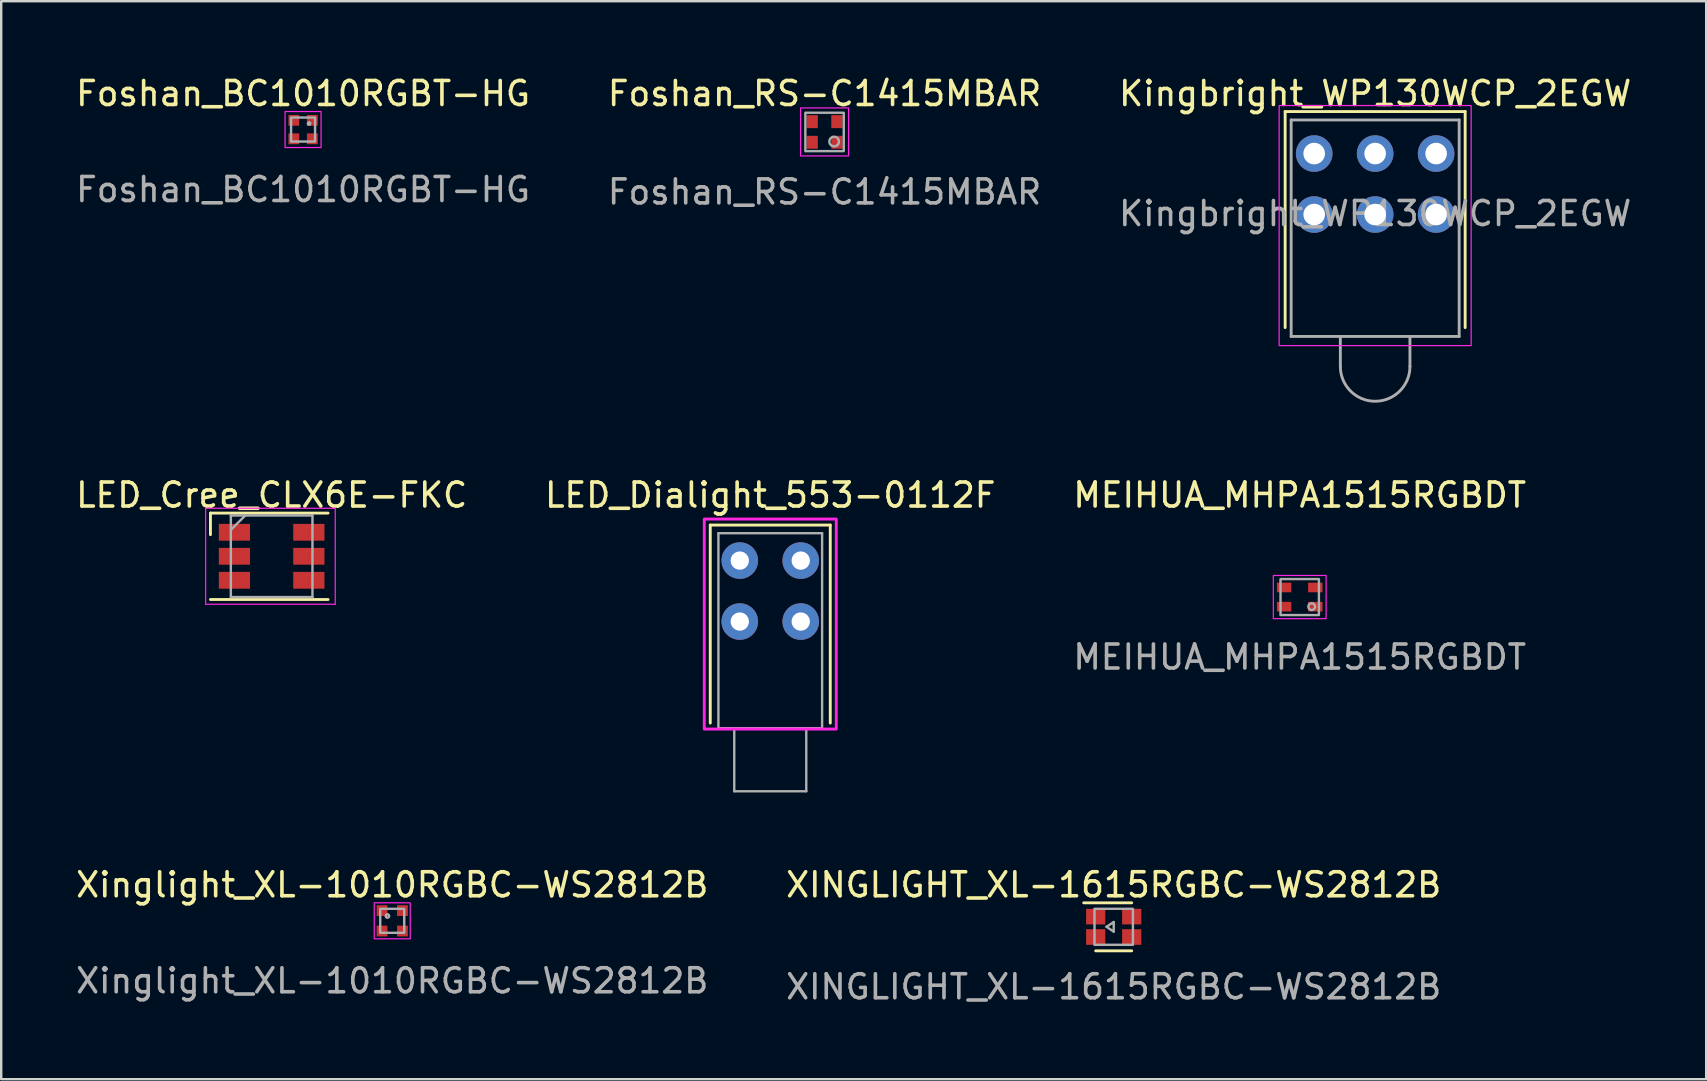
<source format=kicad_pcb>
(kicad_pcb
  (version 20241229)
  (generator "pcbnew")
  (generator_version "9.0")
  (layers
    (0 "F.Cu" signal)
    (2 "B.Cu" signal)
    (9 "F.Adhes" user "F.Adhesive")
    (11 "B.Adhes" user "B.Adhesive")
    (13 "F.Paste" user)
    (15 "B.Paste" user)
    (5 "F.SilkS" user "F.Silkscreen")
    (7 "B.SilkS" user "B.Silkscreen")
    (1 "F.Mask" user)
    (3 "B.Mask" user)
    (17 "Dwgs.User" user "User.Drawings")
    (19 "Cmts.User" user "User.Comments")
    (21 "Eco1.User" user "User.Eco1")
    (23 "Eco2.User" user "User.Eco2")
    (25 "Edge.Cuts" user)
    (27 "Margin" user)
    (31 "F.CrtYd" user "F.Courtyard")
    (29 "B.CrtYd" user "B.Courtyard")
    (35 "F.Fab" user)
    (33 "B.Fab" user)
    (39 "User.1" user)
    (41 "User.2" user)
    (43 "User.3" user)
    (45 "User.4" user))
  (footprint "LED_Dialight_553-0112F"
    (layer "F.Cu")
    (at 29.042 21.576)
    (property "Reference" "LED_Dialight_553-0112F" (at 0 -4 0) (unlocked yes) (layer "F.SilkS") (effects (font (size 1 1) (thickness 0.15))))
    (fp_line (start -2.5 -2.75) (end 2.5 -2.75) (stroke (width 0.12) (type solid)) (layer "F.SilkS"))
    (fp_line (start -2.5 5.5) (end -2.5 -2.75) (stroke (width 0.12) (type solid)) (layer "F.SilkS"))
    (fp_line (start 2.5 -2.75) (end 2.5 5.5) (stroke (width 0.12) (type solid)) (layer "F.SilkS"))
    (fp_rect (start -2.75 -3) (end 2.75 5.75) (stroke (width 0.12) (type solid)) (fill no) (layer "F.CrtYd"))
    (fp_line (start -2.16 -2.41) (end 2.16 -2.41) (stroke (width 0.1) (type solid)) (layer "F.Fab"))
    (fp_line (start -2.16 5.72) (end -2.16 -2.41) (stroke (width 0.1) (type solid)) (layer "F.Fab"))
    (fp_line (start -1.5 8.34) (end -1.5 5.72) (stroke (width 0.1) (type solid)) (layer "F.Fab"))
    (fp_line (start -1.5 8.34) (end 1.5 8.34) (stroke (width 0.1) (type solid)) (layer "F.Fab"))
    (fp_line (start 1.5 8.34) (end 1.5 5.72) (stroke (width 0.1) (type solid)) (layer "F.Fab"))
    (fp_line (start 2.16 -2.41) (end 2.16 5.72) (stroke (width 0.1) (type solid)) (layer "F.Fab"))
    (fp_line (start 2.16 5.72) (end -2.16 5.72) (stroke (width 0.1) (type solid)) (layer "F.Fab"))
    (fp_line (start 2.16 5.72) (end -2.16 5.72) (stroke (width 0.1) (type solid)) (layer "F.Fab"))
    (pad "1" thru_hole circle (at 1.27 1.27) (size 1.524 1.524) (drill 0.762) (layers "*.Cu" "*.Mask"))
    (pad "2" thru_hole circle (at -1.27 1.27) (size 1.524 1.524) (drill 0.762) (layers "*.Cu" "*.Mask"))
    (pad "3" thru_hole circle (at 1.27 -1.27) (size 1.524 1.524) (drill 0.762) (layers "*.Cu" "*.Mask"))
    (pad "4" thru_hole circle (at -1.27 -1.27) (size 1.524 1.524) (drill 0.762) (layers "*.Cu" "*.Mask")))
  (footprint "Foshan_RS-C1415MBAR"
    (layer "F.Cu")
    (at 31.304 2.448)
    (property "Reference" "Foshan_RS-C1415MBAR" (at 0 -1.6 0) (unlocked yes) (layer "F.SilkS") (effects (font (size 1 1) (thickness 0.15))))
    (attr smd)
    (fp_rect (start -1 -1) (end 1 1) (stroke (width 0.05) (type default)) (fill no) (layer "F.CrtYd"))
    (fp_rect (start -0.8 -0.8) (end 0.8 0.8) (stroke (width 0.1) (type default)) (fill no) (layer "F.Fab"))
    (fp_circle (center 0.4 0.4) (end 0.6 0.4) (stroke (width 0.1) (type default)) (fill no) (layer "F.Fab"))
    (fp_text user "${REFERENCE}" (at 0 2.5 0) (unlocked yes) (layer "F.Fab") (effects (font (size 1 1) (thickness 0.15))))
    (pad "1" smd rect (at 0.515 0.43) (size 0.47 0.54) (layers "F.Cu" "F.Mask" "F.Paste"))
    (pad "2" smd rect (at -0.515 0.43) (size 0.47 0.54) (layers "F.Cu" "F.Mask" "F.Paste"))
    (pad "3" smd rect (at -0.515 -0.43) (size 0.47 0.54) (layers "F.Cu" "F.Mask" "F.Paste"))
    (pad "4" smd rect (at 0.515 -0.43) (size 0.47 0.54) (layers "F.Cu" "F.Mask" "F.Paste")))
  (footprint "Foshan_BC1010RGBT-HG"
    (layer "F.Cu")
    (at 9.577 2.348)
    (property "Reference" "Foshan_BC1010RGBT-HG" (at 0 -1.5 0) (unlocked yes) (layer "F.SilkS") (effects (font (size 1 1) (thickness 0.15))))
    (attr smd)
    (fp_rect (start -0.75 -0.75) (end 0.75 0.75) (stroke (width 0.05) (type default)) (fill no) (layer "F.CrtYd"))
    (fp_rect (start -0.5 -0.5) (end 0.5 0.5) (stroke (width 0.1) (type default)) (fill no) (layer "F.Fab"))
    (fp_circle (center 0.25 -0.25) (end 0.25 -0.2) (stroke (width 0.1) (type default)) (fill no) (layer "F.Fab"))
    (fp_text user "${REFERENCE}" (at 0 2.5 0) (unlocked yes) (layer "F.Fab") (effects (font (size 1 1) (thickness 0.15))))
    (pad "1" smd rect (at 0.385 -0.385) (size 0.45 0.45) (layers "F.Cu" "F.Mask" "F.Paste"))
    (pad "2" smd rect (at 0.385 0.385) (size 0.45 0.45) (layers "F.Cu" "F.Mask" "F.Paste"))
    (pad "3" smd rect (at -0.385 0.385) (size 0.45 0.45) (layers "F.Cu" "F.Mask" "F.Paste"))
    (pad "4" smd rect (at -0.385 -0.385) (size 0.45 0.45) (layers "F.Cu" "F.Mask" "F.Paste")))
  (footprint "XINGLIGHT_XL-1615RGBC-WS2812B"
    (layer "F.Cu")
    (at 43.351 35.565)
    (property "Reference" "XINGLIGHT_XL-1615RGBC-WS2812B" (at 0 -1.75 0) (unlocked yes) (layer "F.SilkS") (effects (font (size 1 1) (thickness 0.15))))
    (attr smd)
    (fp_line (start -0.75 1) (end 0.75 1) (stroke (width 0.12) (type default)) (layer "F.SilkS"))
    (fp_line (start 0.75 -1) (end -1.25 -1) (stroke (width 0.12) (type default)) (layer "F.SilkS"))
    (fp_line (start -0.3 0) (end 0 -0.2) (stroke (width 0.1) (type default)) (layer "F.Fab"))
    (fp_line (start 0 -0.2) (end 0 -0.1) (stroke (width 0.1) (type default)) (layer "F.Fab"))
    (fp_line (start 0 -0.1) (end 0 0.2) (stroke (width 0.1) (type default)) (layer "F.Fab"))
    (fp_line (start 0 0.2) (end -0.3 0) (stroke (width 0.1) (type default)) (layer "F.Fab"))
    (fp_rect (start -0.8 -0.75) (end 0.8 0.75) (stroke (width 0.1) (type default)) (fill no) (layer "F.Fab"))
    (fp_text user "${REFERENCE}" (at 0 2.5 0) (unlocked yes) (layer "F.Fab") (effects (font (size 1 1) (thickness 0.15))))
    (pad "1" smd rect (at -0.75 -0.425) (size 0.8 0.65) (layers "F.Cu" "F.Mask" "F.Paste"))
    (pad "2" smd rect (at 0.75 -0.425) (size 0.8 0.65) (layers "F.Cu" "F.Mask" "F.Paste"))
    (pad "3" smd rect (at -0.75 0.425) (size 0.8 0.65) (layers "F.Cu" "F.Mask" "F.Paste"))
    (pad "4" smd rect (at 0.75 0.425) (size 0.8 0.65) (layers "F.Cu" "F.Mask" "F.Paste")))
  (footprint "LED_Cree_CLX6E-FKC"
    (layer "F.Cu")
    (at 8.268 20.127)
    (property "Reference" "LED_Cree_CLX6E-FKC" (at 0 -2.55 180) (layer "F.SilkS") (effects (font (size 1 1) (thickness 0.15))))
    (attr smd)
    (fp_line (start -2.55 -1.8) (end -2.55 -0.9) (stroke (width 0.12) (type solid)) (layer "F.SilkS"))
    (fp_line (start -2.55 1.8) (end 2.35 1.8) (stroke (width 0.12) (type solid)) (layer "F.SilkS"))
    (fp_line (start 2.35 -1.8) (end -2.55 -1.8) (stroke (width 0.12) (type solid)) (layer "F.SilkS"))
    (fp_line (start -2.75 -2) (end -2.75 2) (stroke (width 0.05) (type solid)) (layer "F.CrtYd"))
    (fp_line (start -2.75 -2) (end 2.65 -2) (stroke (width 0.05) (type solid)) (layer "F.CrtYd"))
    (fp_line (start -2.75 2) (end 2.65 2) (stroke (width 0.05) (type solid)) (layer "F.CrtYd"))
    (fp_line (start 2.65 -2) (end 2.65 2) (stroke (width 0.05) (type solid)) (layer "F.CrtYd"))
    (fp_line (start -1.7 -1.7) (end -1.7 1.7) (stroke (width 0.1) (type solid)) (layer "F.Fab"))
    (fp_line (start -1.7 -1.1) (end -1.1 -1.7) (stroke (width 0.1) (type solid)) (layer "F.Fab"))
    (fp_line (start -1.7 1.7) (end 1.7 1.7) (stroke (width 0.1) (type solid)) (layer "F.Fab"))
    (fp_line (start 1.7 -1.7) (end -1.7 -1.7) (stroke (width 0.1) (type solid)) (layer "F.Fab"))
    (fp_line (start 1.7 1.7) (end 1.7 -1.7) (stroke (width 0.1) (type solid)) (layer "F.Fab"))
    (pad "1" smd rect (at -1.55 -1 90) (size 0.7 1.3) (layers "F.Cu" "F.Mask" "F.Paste"))
    (pad "2" smd rect (at -1.55 0 90) (size 0.7 1.3) (layers "F.Cu" "F.Mask" "F.Paste"))
    (pad "3" smd rect (at -1.55 1 90) (size 0.7 1.3) (layers "F.Cu" "F.Mask" "F.Paste"))
    (pad "4" smd rect (at 1.55 1 90) (size 0.7 1.3) (layers "F.Cu" "F.Mask" "F.Paste"))
    (pad "5" smd rect (at 1.55 0 90) (size 0.7 1.3) (layers "F.Cu" "F.Mask" "F.Paste"))
    (pad "6" smd rect (at 1.55 -1 90) (size 0.7 1.3) (layers "F.Cu" "F.Mask" "F.Paste")))
  (footprint "Kingbright_WP130WCP_2EGW"
    (layer "F.Cu")
    (at 54.244 3.348)
    (property "Reference" "Kingbright_WP130WCP_2EGW" (at 0 -2.5 0) (unlocked yes) (layer "F.SilkS") (effects (font (size 1 1) (thickness 0.15))))
    (fp_line (start -3.75 -1.75) (end 3.75 -1.75) (stroke (width 0.12) (type solid)) (layer "F.SilkS"))
    (fp_line (start -3.75 7.25) (end -3.75 -1.75) (stroke (width 0.12) (type solid)) (layer "F.SilkS"))
    (fp_line (start 3.75 -1.75) (end 3.75 7.25) (stroke (width 0.12) (type solid)) (layer "F.SilkS"))
    (fp_rect (start -4 -2) (end 4 8) (stroke (width 0.05) (type solid)) (fill no) (layer "F.CrtYd"))
    (fp_line (start -3.5 -1.4) (end -3.5 7.62) (stroke (width 0.12) (type solid)) (layer "F.Fab"))
    (fp_line (start -3.5 7.62) (end 3.5 7.62) (stroke (width 0.12) (type solid)) (layer "F.Fab"))
    (fp_line (start -1.45 7.62) (end -1.45 8.87) (stroke (width 0.12) (type solid)) (layer "F.Fab"))
    (fp_line (start 1.45 8.87) (end 1.45 7.62) (stroke (width 0.12) (type solid)) (layer "F.Fab"))
    (fp_line (start 3.5 -1.4) (end -3.5 -1.4) (stroke (width 0.12) (type solid)) (layer "F.Fab"))
    (fp_line (start 3.5 -1.4) (end 3.5 7.62) (stroke (width 0.12) (type solid)) (layer "F.Fab"))
    (fp_arc (start 1.45 8.87) (mid 0 10.32) (end -1.45 8.87) (stroke (width 0.12) (type solid)) (layer "F.Fab"))
    (fp_text user "${REFERENCE}" (at 0 2.5 0) (unlocked yes) (layer "F.Fab") (effects (font (size 1 1) (thickness 0.15))))
    (pad "1" thru_hole circle (at -2.54 0) (size 1.524 1.524) (drill 0.9) (layers "*.Cu" "*.Mask"))
    (pad "2" thru_hole circle (at 0 0) (size 1.524 1.524) (drill 0.9) (layers "*.Cu" "*.Mask"))
    (pad "3" thru_hole circle (at 2.54 0) (size 1.524 1.524) (drill 0.9) (layers "*.Cu" "*.Mask"))
    (pad "4" thru_hole circle (at -2.54 2.54) (size 1.524 1.524) (drill 0.9) (layers "*.Cu" "*.Mask"))
    (pad "5" thru_hole circle (at 0 2.54) (size 1.524 1.524) (drill 0.9) (layers "*.Cu" "*.Mask"))
    (pad "6" thru_hole circle (at 2.54 2.54) (size 1.524 1.524) (drill 0.9) (layers "*.Cu" "*.Mask")))
  (footprint "MEIHUA_MHPA1515RGBDT"
    (layer "F.Cu")
    (at 51.101 21.826)
    (property "Reference" "MEIHUA_MHPA1515RGBDT" (at 0 -4.25 0) (unlocked yes) (layer "F.SilkS") (effects (font (size 1 1) (thickness 0.15))))
    (attr smd)
    (fp_rect (start -1.1 -0.9) (end 1.1 0.9) (stroke (width 0.05) (type default)) (fill no) (layer "F.CrtYd"))
    (fp_rect (start -0.8 -0.75) (end 0.8 0.75) (stroke (width 0.1) (type default)) (fill no) (layer "F.Fab"))
    (fp_circle (center 0.5 0.4) (end 0.6 0.5) (stroke (width 0.1) (type default)) (fill no) (layer "F.Fab"))
    (fp_text user "${REFERENCE}" (at 0 2.5 0) (unlocked yes) (layer "F.Fab") (effects (font (size 1 1) (thickness 0.15))))
    (pad "1" smd rect (at 0.65 0.4) (size 0.6 0.4) (layers "F.Cu" "F.Mask" "F.Paste"))
    (pad "2" smd rect (at -0.65 0.4) (size 0.6 0.4) (layers "F.Cu" "F.Mask" "F.Paste"))
    (pad "3" smd rect (at -0.65 -0.4) (size 0.6 0.4) (layers "F.Cu" "F.Mask" "F.Paste"))
    (pad "4" smd rect (at 0.65 -0.4) (size 0.6 0.4) (layers "F.Cu" "F.Mask" "F.Paste")))
  (footprint "Xinglight_XL-1010RGBC-WS2812B"
    (layer "F.Cu")
    (at 13.292 35.315)
    (property "Reference" "Xinglight_XL-1010RGBC-WS2812B" (at 0 -1.5 0) (unlocked yes) (layer "F.SilkS") (effects (font (size 1 1) (thickness 0.15))))
    (attr smd)
    (fp_rect (start -0.75 -0.75) (end 0.75 0.75) (stroke (width 0.05) (type default)) (fill no) (layer "F.CrtYd"))
    (fp_rect (start -0.5 -0.5) (end 0.5 0.5) (stroke (width 0.1) (type default)) (fill no) (layer "F.Fab"))
    (fp_circle (center -0.2 -0.2) (end -0.15 -0.15) (stroke (width 0.1) (type default)) (fill no) (layer "F.Fab"))
    (fp_text user "${REFERENCE}" (at 0 2.5 0) (unlocked yes) (layer "F.Fab") (effects (font (size 1 1) (thickness 0.15))))
    (pad "1" smd rect (at -0.425 -0.425) (size 0.45 0.45) (layers "F.Cu" "F.Mask" "F.Paste"))
    (pad "2" smd rect (at 0.425 -0.425) (size 0.45 0.45) (layers "F.Cu" "F.Mask" "F.Paste"))
    (pad "3" smd rect (at -0.425 0.425) (size 0.45 0.45) (layers "F.Cu" "F.Mask" "F.Paste"))
    (pad "4" smd rect (at 0.425 0.425) (size 0.45 0.45) (layers "F.Cu" "F.Mask" "F.Paste")))
  (gr_rect
    (start -3 -3)
    (end 68.036 41.913)
    (stroke (width 0.1) (type default))
    (fill no)
    (layer "Edge.Cuts")))
</source>
